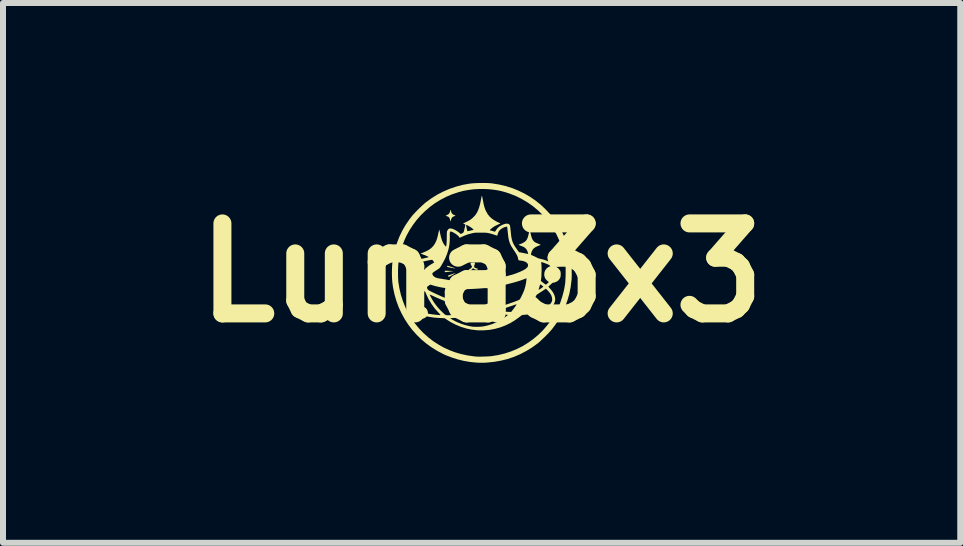
<source format=kicad_pcb>
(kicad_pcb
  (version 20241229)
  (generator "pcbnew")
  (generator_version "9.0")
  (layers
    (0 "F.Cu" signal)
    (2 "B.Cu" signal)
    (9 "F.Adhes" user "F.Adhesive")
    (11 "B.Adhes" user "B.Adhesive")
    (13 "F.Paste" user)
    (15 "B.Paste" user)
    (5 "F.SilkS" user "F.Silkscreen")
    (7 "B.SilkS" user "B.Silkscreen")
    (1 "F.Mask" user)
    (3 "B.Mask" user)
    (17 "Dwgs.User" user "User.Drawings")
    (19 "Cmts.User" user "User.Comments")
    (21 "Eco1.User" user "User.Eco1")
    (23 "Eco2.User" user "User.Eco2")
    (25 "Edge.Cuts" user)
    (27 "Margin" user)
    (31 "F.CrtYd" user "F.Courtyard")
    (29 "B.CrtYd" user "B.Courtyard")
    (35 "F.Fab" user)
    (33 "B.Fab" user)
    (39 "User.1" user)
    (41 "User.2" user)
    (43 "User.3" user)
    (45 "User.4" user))
  (footprint "Luna3x3"
    (layer "F.Cu")
    (at 4.979 1.496)
    (property "Reference" "Luna3x3" (at 0 0 0) (layer "F.SilkS") (effects (font (size 1.5 1.5) (thickness 0.3))))
    (attr board_only exclude_from_pos_files exclude_from_bom)
    (fp_poly (pts (xy 0.33 -0.109) (xy 0.331 -0.104) (xy 0.332 -0.097) (xy 0.333 -0.087) (xy 0.25 -0.086) (xy 0.168 -0.086) (xy 0.248 -0.098) (xy 0.273 -0.101) (xy 0.295 -0.105) (xy 0.313 -0.107) (xy 0.325 -0.108) (xy 0.33 -0.109)) (stroke (width 0) (type solid)) (fill yes) (layer "F.SilkS"))
    (fp_poly (pts (xy -0.575 -0.033) (xy -0.553 -0.032) (xy -0.536 -0.031) (xy -0.465 -0.028) (xy -0.533 -0.018) (xy -0.561 -0.014) (xy -0.582 -0.012) (xy -0.597 -0.01) (xy -0.606 -0.009) (xy -0.612 -0.01) (xy -0.615 -0.012) (xy -0.615 -0.015) (xy -0.615 -0.019) (xy -0.615 -0.019) (xy -0.614 -0.028) (xy -0.611 -0.032) (xy -0.606 -0.033) (xy -0.593 -0.033)) (stroke (width 0) (type solid)) (fill yes) (layer "F.SilkS"))
    (fp_poly (pts (xy -0.557 -0.113) (xy -0.541 -0.108) (xy -0.517 -0.101) (xy -0.507 -0.097) (xy -0.485 -0.09) (xy -0.466 -0.083) (xy -0.452 -0.078) (xy -0.443 -0.075) (xy -0.442 -0.074) (xy -0.443 -0.072) (xy -0.453 -0.073) (xy -0.47 -0.075) (xy -0.495 -0.08) (xy -0.518 -0.084) (xy -0.541 -0.089) (xy -0.558 -0.093) (xy -0.568 -0.096) (xy -0.574 -0.1) (xy -0.576 -0.103) (xy -0.576 -0.103) (xy -0.577 -0.11) (xy -0.574 -0.114) (xy -0.568 -0.115)) (stroke (width 0) (type solid)) (fill yes) (layer "F.SilkS"))
    (fp_poly (pts (xy -0.436 0.005) (xy -0.438 0.008) (xy -0.446 0.013) (xy -0.459 0.021) (xy -0.475 0.031) (xy -0.493 0.041) (xy -0.51 0.051) (xy -0.527 0.06) (xy -0.54 0.067) (xy -0.548 0.071) (xy -0.551 0.069) (xy -0.555 0.061) (xy -0.559 0.053) (xy -0.559 0.048) (xy -0.554 0.046) (xy -0.543 0.041) (xy -0.527 0.035) (xy -0.509 0.029) (xy -0.489 0.022) (xy -0.47 0.016) (xy -0.454 0.01) (xy -0.442 0.007) (xy -0.436 0.005)) (stroke (width 0) (type solid)) (fill yes) (layer "F.SilkS"))
    (fp_poly (pts (xy 0.183 -0.041) (xy 0.197 -0.04) (xy 0.215 -0.037) (xy 0.236 -0.034) (xy 0.255 -0.031) (xy 0.272 -0.028) (xy 0.284 -0.026) (xy 0.29 -0.026) (xy 0.29 -0.026) (xy 0.292 -0.022) (xy 0.293 -0.015) (xy 0.292 -0.006) (xy 0.29 -0.003) (xy 0.285 -0.004) (xy 0.273 -0.007) (xy 0.257 -0.012) (xy 0.237 -0.018) (xy 0.227 -0.021) (xy 0.207 -0.028) (xy 0.191 -0.035) (xy 0.18 -0.039) (xy 0.176 -0.042) (xy 0.176 -0.042)) (stroke (width 0) (type solid)) (fill yes) (layer "F.SilkS"))
    (fp_poly (pts (xy 0.28 -0.186) (xy 0.282 -0.179) (xy 0.283 -0.175) (xy 0.282 -0.172) (xy 0.279 -0.168) (xy 0.273 -0.165) (xy 0.262 -0.16) (xy 0.245 -0.154) (xy 0.222 -0.146) (xy 0.206 -0.14) (xy 0.182 -0.132) (xy 0.164 -0.127) (xy 0.154 -0.124) (xy 0.151 -0.124) (xy 0.153 -0.127) (xy 0.16 -0.132) (xy 0.17 -0.137) (xy 0.184 -0.145) (xy 0.201 -0.154) (xy 0.22 -0.163) (xy 0.238 -0.172) (xy 0.255 -0.18) (xy 0.268 -0.186) (xy 0.276 -0.19) (xy 0.278 -0.19)) (stroke (width 0) (type solid)) (fill yes) (layer "F.SilkS"))
    (fp_poly (pts (xy -0.295 -0.264) (xy -0.292 -0.256) (xy -0.294 -0.245) (xy -0.299 -0.231) (xy -0.307 -0.217) (xy -0.318 -0.203) (xy -0.33 -0.191) (xy -0.34 -0.184) (xy -0.358 -0.178) (xy -0.379 -0.176) (xy -0.399 -0.177) (xy -0.408 -0.18) (xy -0.434 -0.193) (xy -0.455 -0.213) (xy -0.465 -0.226) (xy -0.471 -0.236) (xy -0.474 -0.243) (xy -0.475 -0.244) (xy -0.47 -0.246) (xy -0.464 -0.25) (xy -0.458 -0.252) (xy -0.453 -0.25) (xy -0.447 -0.243) (xy -0.441 -0.236) (xy -0.424 -0.216) (xy -0.404 -0.204) (xy -0.384 -0.2) (xy -0.364 -0.202) (xy -0.345 -0.212) (xy -0.33 -0.228) (xy -0.319 -0.251) (xy -0.319 -0.251) (xy -0.314 -0.262) (xy -0.308 -0.267) (xy -0.303 -0.267)) (stroke (width 0) (type solid)) (fill yes) (layer "F.SilkS"))
    (fp_poly (pts (xy 0.148 -0.305) (xy 0.152 -0.303) (xy 0.152 -0.297) (xy 0.149 -0.286) (xy 0.147 -0.278) (xy 0.138 -0.258) (xy 0.124 -0.24) (xy 0.107 -0.227) (xy 0.096 -0.221) (xy 0.081 -0.218) (xy 0.061 -0.217) (xy 0.042 -0.218) (xy 0.028 -0.222) (xy 0.007 -0.235) (xy -0.011 -0.252) (xy -0.022 -0.266) (xy -0.027 -0.276) (xy -0.029 -0.281) (xy -0.026 -0.285) (xy -0.023 -0.287) (xy -0.016 -0.292) (xy -0.01 -0.291) (xy -0.004 -0.285) (xy -0.000046 -0.278) (xy 0.016 -0.259) (xy 0.036 -0.246) (xy 0.057 -0.24) (xy 0.08 -0.242) (xy 0.08 -0.242) (xy 0.097 -0.25) (xy 0.112 -0.264) (xy 0.122 -0.281) (xy 0.126 -0.292) (xy 0.129 -0.301) (xy 0.134 -0.305) (xy 0.141 -0.306)) (stroke (width 0) (type solid)) (fill yes) (layer "F.SilkS"))
    (fp_poly (pts (xy -0.515 -1.044) (xy -0.512 -1.035) (xy -0.509 -1.022) (xy -0.501 -0.998) (xy -0.489 -0.98) (xy -0.471 -0.967) (xy -0.456 -0.961) (xy -0.445 -0.956) (xy -0.437 -0.952) (xy -0.436 -0.95) (xy -0.442 -0.947) (xy -0.453 -0.943) (xy -0.462 -0.94) (xy -0.481 -0.931) (xy -0.495 -0.918) (xy -0.505 -0.899) (xy -0.511 -0.881) (xy -0.514 -0.868) (xy -0.517 -0.858) (xy -0.519 -0.855) (xy -0.521 -0.857) (xy -0.523 -0.866) (xy -0.526 -0.878) (xy -0.53 -0.894) (xy -0.536 -0.91) (xy -0.54 -0.917) (xy -0.545 -0.924) (xy -0.551 -0.929) (xy -0.56 -0.934) (xy -0.573 -0.94) (xy -0.592 -0.947) (xy -0.598 -0.949) (xy -0.598 -0.951) (xy -0.591 -0.956) (xy -0.579 -0.961) (xy -0.556 -0.973) (xy -0.541 -0.988) (xy -0.53 -1.008) (xy -0.526 -1.023) (xy -0.523 -1.036) (xy -0.52 -1.045) (xy -0.518 -1.048)) (stroke (width 0) (type solid)) (fill yes) (layer "F.SilkS"))
    (fp_poly (pts (xy -0.129 -0.171) (xy -0.118 -0.169) (xy -0.114 -0.166) (xy -0.111 -0.162) (xy -0.112 -0.155) (xy -0.115 -0.142) (xy -0.118 -0.134) (xy -0.123 -0.117) (xy -0.126 -0.104) (xy -0.125 -0.098) (xy -0.118 -0.087) (xy -0.104 -0.078) (xy -0.085 -0.073) (xy -0.083 -0.072) (xy -0.071 -0.07) (xy -0.066 -0.065) (xy -0.064 -0.061) (xy -0.067 -0.054) (xy -0.075 -0.05) (xy -0.087 -0.049) (xy -0.102 -0.051) (xy -0.116 -0.057) (xy -0.13 -0.065) (xy -0.131 -0.066) (xy -0.144 -0.077) (xy -0.153 -0.063) (xy -0.165 -0.052) (xy -0.181 -0.042) (xy -0.198 -0.035) (xy -0.207 -0.034) (xy -0.214 -0.035) (xy -0.216 -0.041) (xy -0.216 -0.045) (xy -0.212 -0.054) (xy -0.204 -0.059) (xy -0.201 -0.06) (xy -0.19 -0.065) (xy -0.179 -0.075) (xy -0.169 -0.085) (xy -0.162 -0.096) (xy -0.161 -0.1) (xy -0.164 -0.108) (xy -0.17 -0.118) (xy -0.172 -0.121) (xy -0.181 -0.136) (xy -0.185 -0.15) (xy -0.184 -0.161) (xy -0.181 -0.165) (xy -0.173 -0.168) (xy -0.16 -0.17) (xy -0.144 -0.171)) (stroke (width 0) (type solid)) (fill yes) (layer "F.SilkS"))
    (fp_poly (pts (xy 0.04 -1.496) (xy 0.088 -1.495) (xy 0.133 -1.493) (xy 0.171 -1.489) (xy 0.18 -1.488) (xy 0.295 -1.469) (xy 0.406 -1.443) (xy 0.513 -1.409) (xy 0.616 -1.367) (xy 0.716 -1.318) (xy 0.812 -1.262) (xy 0.903 -1.199) (xy 0.989 -1.129) (xy 1.059 -1.063) (xy 1.138 -0.979) (xy 1.209 -0.89) (xy 1.273 -0.798) (xy 1.329 -0.702) (xy 1.377 -0.602) (xy 1.418 -0.498) (xy 1.452 -0.391) (xy 1.477 -0.28) (xy 1.492 -0.191) (xy 1.495 -0.164) (xy 1.497 -0.13) (xy 1.499 -0.092) (xy 1.501 -0.051) (xy 1.501 -0.009) (xy 1.502 0.032) (xy 1.501 0.07) (xy 1.5 0.103) (xy 1.498 0.123) (xy 1.484 0.238) (xy 1.462 0.35) (xy 1.431 0.458) (xy 1.393 0.564) (xy 1.347 0.667) (xy 1.293 0.766) (xy 1.232 0.862) (xy 1.172 0.942) (xy 1.155 0.962) (xy 1.133 0.986) (xy 1.108 1.014) (xy 1.079 1.043) (xy 1.049 1.073) (xy 1.019 1.101) (xy 0.991 1.128) (xy 0.965 1.152) (xy 0.942 1.172) (xy 0.933 1.179) (xy 0.839 1.247) (xy 0.742 1.306) (xy 0.642 1.358) (xy 0.54 1.402) (xy 0.434 1.438) (xy 0.325 1.465) (xy 0.214 1.485) (xy 0.099 1.497) (xy 0.085 1.498) (xy 0.056 1.5) (xy 0.032 1.501) (xy 0.012 1.501) (xy -0.008 1.501) (xy -0.03 1.501) (xy -0.054 1.5) (xy -0.085 1.498) (xy -0.089 1.498) (xy -0.192 1.488) (xy -0.296 1.47) (xy -0.399 1.445) (xy -0.5 1.413) (xy -0.598 1.375) (xy -0.64 1.356) (xy -0.74 1.303) (xy -0.835 1.244) (xy -0.925 1.179) (xy -1.009 1.108) (xy -1.087 1.031) (xy -1.16 0.949) (xy -1.226 0.861) (xy -1.285 0.77) (xy -1.338 0.673) (xy -1.384 0.573) (xy -1.422 0.469) (xy -1.453 0.362) (xy -1.476 0.252) (xy -1.477 0.248) (xy -1.483 0.207) (xy -1.488 0.17) (xy -1.491 0.134) (xy -1.494 0.097) (xy -1.495 0.056) (xy -1.496 0.01) (xy -1.496 0.008) (xy -1.394 0.008) (xy -1.394 0.046) (xy -1.393 0.083) (xy -1.391 0.115) (xy -1.39 0.142) (xy -1.389 0.153) (xy -1.371 0.263) (xy -1.346 0.37) (xy -1.313 0.473) (xy -1.273 0.573) (xy -1.226 0.669) (xy -1.172 0.76) (xy -1.111 0.847) (xy -1.044 0.929) (xy -0.97 1.006) (xy -0.89 1.077) (xy -0.805 1.143) (xy -0.713 1.202) (xy -0.639 1.244) (xy -0.545 1.288) (xy -0.448 1.325) (xy -0.346 1.355) (xy -0.239 1.378) (xy -0.129 1.394) (xy -0.083 1.398) (xy -0.064 1.399) (xy -0.039 1.399) (xy -0.009 1.399) (xy 0.024 1.398) (xy 0.058 1.397) (xy 0.091 1.396) (xy 0.122 1.394) (xy 0.149 1.392) (xy 0.169 1.39) (xy 0.28 1.372) (xy 0.386 1.346) (xy 0.49 1.312) (xy 0.589 1.271) (xy 0.685 1.223) (xy 0.776 1.167) (xy 0.863 1.104) (xy 0.946 1.034) (xy 1.024 0.957) (xy 1.096 0.873) (xy 1.1 0.868) (xy 1.164 0.782) (xy 1.22 0.692) (xy 1.269 0.597) (xy 1.311 0.498) (xy 1.345 0.395) (xy 1.373 0.288) (xy 1.388 0.205) (xy 1.392 0.178) (xy 1.395 0.143) (xy 1.397 0.104) (xy 1.399 0.062) (xy 1.4 0.019) (xy 1.4 -0.024) (xy 1.4 -0.064) (xy 1.398 -0.1) (xy 1.396 -0.126) (xy 1.382 -0.234) (xy 1.36 -0.339) (xy 1.33 -0.441) (xy 1.293 -0.54) (xy 1.249 -0.635) (xy 1.198 -0.726) (xy 1.141 -0.813) (xy 1.077 -0.896) (xy 1.007 -0.973) (xy 0.932 -1.045) (xy 0.851 -1.112) (xy 0.765 -1.172) (xy 0.674 -1.226) (xy 0.579 -1.274) (xy 0.479 -1.314) (xy 0.406 -1.339) (xy 0.337 -1.358) (xy 0.27 -1.373) (xy 0.202 -1.383) (xy 0.132 -1.391) (xy 0.057 -1.395) (xy 0.04 -1.395) (xy -0.052 -1.395) (xy -0.139 -1.39) (xy -0.223 -1.379) (xy -0.305 -1.364) (xy -0.387 -1.342) (xy -0.472 -1.314) (xy -0.503 -1.303) (xy -0.598 -1.262) (xy -0.689 -1.214) (xy -0.778 -1.159) (xy -0.862 -1.097) (xy -0.941 -1.029) (xy -1.016 -0.956) (xy -1.085 -0.877) (xy -1.148 -0.793) (xy -1.205 -0.705) (xy -1.255 -0.613) (xy -1.284 -0.55) (xy -1.322 -0.45) (xy -1.352 -0.347) (xy -1.376 -0.241) (xy -1.388 -0.155) (xy -1.39 -0.132) (xy -1.392 -0.103) (xy -1.393 -0.068) (xy -1.394 -0.031) (xy -1.394 0.008) (xy -1.496 0.008) (xy -1.496 0) (xy -1.495 -0.058) (xy -1.493 -0.11) (xy -1.489 -0.158) (xy -1.483 -0.206) (xy -1.475 -0.255) (xy -1.468 -0.289) (xy -1.442 -0.398) (xy -1.41 -0.501) (xy -1.371 -0.601) (xy -1.325 -0.697) (xy -1.271 -0.791) (xy -1.209 -0.882) (xy -1.177 -0.925) (xy -1.159 -0.948) (xy -1.135 -0.975) (xy -1.107 -1.005) (xy -1.077 -1.037) (xy -1.045 -1.068) (xy -1.013 -1.099) (xy -0.982 -1.128) (xy -0.954 -1.153) (xy -0.93 -1.174) (xy -0.925 -1.177) (xy -0.831 -1.245) (xy -0.734 -1.305) (xy -0.633 -1.356) (xy -0.53 -1.4) (xy -0.423 -1.436) (xy -0.313 -1.465) (xy -0.201 -1.485) (xy -0.191 -1.486) (xy -0.153 -1.49) (xy -0.109 -1.493) (xy -0.061 -1.495) (xy -0.011 -1.496)) (stroke (width 0) (type solid)) (fill yes) (layer "F.SilkS"))
    (fp_poly (pts (xy 0.005 -1.283) (xy 0.007 -1.277) (xy 0.01 -1.263) (xy 0.014 -1.244) (xy 0.018 -1.222) (xy 0.023 -1.196) (xy 0.023 -1.196) (xy 0.031 -1.155) (xy 0.039 -1.121) (xy 0.047 -1.091) (xy 0.056 -1.066) (xy 0.065 -1.042) (xy 0.076 -1.02) (xy 0.101 -0.976) (xy 0.13 -0.939) (xy 0.165 -0.906) (xy 0.206 -0.877) (xy 0.253 -0.85) (xy 0.27 -0.842) (xy 0.287 -0.835) (xy 0.301 -0.828) (xy 0.31 -0.824) (xy 0.312 -0.822) (xy 0.31 -0.82) (xy 0.301 -0.815) (xy 0.287 -0.809) (xy 0.277 -0.804) (xy 0.256 -0.795) (xy 0.234 -0.784) (xy 0.215 -0.774) (xy 0.212 -0.772) (xy 0.198 -0.763) (xy 0.182 -0.752) (xy 0.167 -0.74) (xy 0.153 -0.728) (xy 0.142 -0.718) (xy 0.136 -0.711) (xy 0.136 -0.709) (xy 0.14 -0.706) (xy 0.149 -0.703) (xy 0.152 -0.703) (xy 0.164 -0.7) (xy 0.181 -0.695) (xy 0.195 -0.691) (xy 0.208 -0.687) (xy 0.219 -0.684) (xy 0.223 -0.683) (xy 0.225 -0.687) (xy 0.231 -0.696) (xy 0.238 -0.707) (xy 0.26 -0.738) (xy 0.289 -0.766) (xy 0.325 -0.789) (xy 0.367 -0.807) (xy 0.372 -0.809) (xy 0.403 -0.817) (xy 0.428 -0.818) (xy 0.449 -0.813) (xy 0.463 -0.802) (xy 0.469 -0.794) (xy 0.472 -0.784) (xy 0.475 -0.768) (xy 0.478 -0.746) (xy 0.481 -0.719) (xy 0.482 -0.712) (xy 0.486 -0.673) (xy 0.489 -0.641) (xy 0.492 -0.614) (xy 0.496 -0.591) (xy 0.5 -0.571) (xy 0.504 -0.551) (xy 0.506 -0.545) (xy 0.513 -0.522) (xy 0.521 -0.501) (xy 0.531 -0.479) (xy 0.544 -0.456) (xy 0.56 -0.43) (xy 0.58 -0.401) (xy 0.622 -0.342) (xy 0.673 -0.333) (xy 0.695 -0.328) (xy 0.717 -0.324) (xy 0.736 -0.32) (xy 0.748 -0.318) (xy 0.761 -0.315) (xy 0.771 -0.314) (xy 0.774 -0.315) (xy 0.775 -0.32) (xy 0.772 -0.332) (xy 0.767 -0.346) (xy 0.761 -0.362) (xy 0.754 -0.377) (xy 0.747 -0.388) (xy 0.732 -0.406) (xy 0.714 -0.421) (xy 0.691 -0.434) (xy 0.663 -0.445) (xy 0.642 -0.453) (xy 0.628 -0.459) (xy 0.62 -0.463) (xy 0.617 -0.466) (xy 0.62 -0.468) (xy 0.625 -0.471) (xy 0.626 -0.471) (xy 0.663 -0.485) (xy 0.694 -0.5) (xy 0.718 -0.515) (xy 0.737 -0.531) (xy 0.752 -0.552) (xy 0.764 -0.576) (xy 0.774 -0.606) (xy 0.783 -0.644) (xy 0.786 -0.657) (xy 0.791 -0.679) (xy 0.795 -0.697) (xy 0.798 -0.711) (xy 0.8 -0.719) (xy 0.8 -0.72) (xy 0.802 -0.716) (xy 0.804 -0.705) (xy 0.808 -0.688) (xy 0.813 -0.667) (xy 0.817 -0.65) (xy 0.826 -0.611) (xy 0.836 -0.58) (xy 0.847 -0.554) (xy 0.861 -0.534) (xy 0.877 -0.517) (xy 0.898 -0.503) (xy 0.924 -0.491) (xy 0.937 -0.486) (xy 0.954 -0.479) (xy 0.969 -0.473) (xy 0.979 -0.468) (xy 0.982 -0.467) (xy 0.981 -0.463) (xy 0.974 -0.459) (xy 0.973 -0.459) (xy 0.963 -0.455) (xy 0.949 -0.45) (xy 0.932 -0.443) (xy 0.932 -0.443) (xy 0.897 -0.426) (xy 0.869 -0.406) (xy 0.848 -0.381) (xy 0.833 -0.35) (xy 0.824 -0.319) (xy 0.822 -0.31) (xy 0.822 -0.303) (xy 0.826 -0.298) (xy 0.834 -0.293) (xy 0.848 -0.286) (xy 0.861 -0.281) (xy 0.881 -0.272) (xy 0.9 -0.262) (xy 0.917 -0.253) (xy 0.917 -0.253) (xy 0.94 -0.242) (xy 0.966 -0.234) (xy 0.968 -0.234) (xy 1.027 -0.22) (xy 1.081 -0.202) (xy 1.13 -0.18) (xy 1.173 -0.155) (xy 1.207 -0.127) (xy 1.222 -0.114) (xy 1.238 -0.102) (xy 1.251 -0.093) (xy 1.252 -0.092) (xy 1.278 -0.073) (xy 1.3 -0.046) (xy 1.308 -0.033) (xy 1.313 -0.022) (xy 1.316 -0.011) (xy 1.317 0.003) (xy 1.318 0.022) (xy 1.318 0.025) (xy 1.317 0.046) (xy 1.316 0.06) (xy 1.313 0.072) (xy 1.309 0.084) (xy 1.306 0.09) (xy 1.295 0.108) (xy 1.282 0.124) (xy 1.275 0.131) (xy 1.257 0.144) (xy 1.236 0.155) (xy 1.215 0.163) (xy 1.196 0.166) (xy 1.188 0.167) (xy 1.179 0.172) (xy 1.166 0.182) (xy 1.153 0.194) (xy 1.139 0.207) (xy 1.127 0.218) (xy 1.119 0.225) (xy 1.116 0.228) (xy 1.114 0.231) (xy 1.115 0.236) (xy 1.121 0.244) (xy 1.132 0.256) (xy 1.132 0.256) (xy 1.166 0.295) (xy 1.193 0.334) (xy 1.212 0.373) (xy 1.223 0.41) (xy 1.226 0.442) (xy 1.224 0.466) (xy 1.216 0.494) (xy 1.205 0.52) (xy 1.195 0.538) (xy 1.172 0.565) (xy 1.142 0.59) (xy 1.104 0.613) (xy 1.06 0.633) (xy 1.009 0.652) (xy 0.953 0.668) (xy 0.892 0.681) (xy 0.827 0.691) (xy 0.777 0.696) (xy 0.754 0.698) (xy 0.731 0.7) (xy 0.711 0.702) (xy 0.698 0.703) (xy 0.686 0.704) (xy 0.677 0.706) (xy 0.668 0.71) (xy 0.657 0.717) (xy 0.644 0.728) (xy 0.632 0.737) (xy 0.556 0.792) (xy 0.477 0.84) (xy 0.394 0.88) (xy 0.309 0.912) (xy 0.221 0.936) (xy 0.131 0.953) (xy 0.039 0.96) (xy -0.054 0.96) (xy -0.079 0.959) (xy -0.17 0.948) (xy -0.259 0.929) (xy -0.346 0.902) (xy -0.431 0.867) (xy -0.513 0.825) (xy -0.565 0.793) (xy -0.615 0.76) (xy -0.522 0.76) (xy -0.518 0.764) (xy -0.509 0.77) (xy -0.494 0.779) (xy -0.475 0.79) (xy -0.455 0.801) (xy -0.434 0.812) (xy -0.413 0.822) (xy -0.396 0.829) (xy -0.337 0.853) (xy -0.276 0.873) (xy -0.215 0.888) (xy -0.157 0.899) (xy -0.15 0.9) (xy -0.129 0.901) (xy -0.101 0.902) (xy -0.07 0.902) (xy -0.038 0.901) (xy -0.008 0.899) (xy 0.02 0.896) (xy 0.034 0.894) (xy 0.101 0.879) (xy 0.17 0.858) (xy 0.237 0.832) (xy 0.3 0.801) (xy 0.34 0.778) (xy 0.353 0.769) (xy 0.37 0.757) (xy 0.387 0.745) (xy 0.403 0.732) (xy 0.418 0.721) (xy 0.429 0.712) (xy 0.436 0.706) (xy 0.437 0.704) (xy 0.433 0.702) (xy 0.423 0.701) (xy 0.408 0.699) (xy 0.402 0.698) (xy 0.349 0.694) (xy 0.295 0.688) (xy 0.243 0.682) (xy 0.196 0.676) (xy 0.182 0.674) (xy 0.119 0.666) (xy 0.039 0.683) (xy -0.106 0.711) (xy -0.248 0.733) (xy -0.385 0.748) (xy -0.47 0.754) (xy -0.49 0.755) (xy -0.506 0.757) (xy -0.517 0.758) (xy -0.522 0.76) (xy -0.522 0.76) (xy -0.615 0.76) (xy -0.616 0.759) (xy -0.689 0.755) (xy -0.72 0.754) (xy -0.745 0.752) (xy -0.767 0.75) (xy -0.786 0.749) (xy -0.806 0.746) (xy -0.828 0.743) (xy -0.855 0.739) (xy -0.86 0.738) (xy -0.916 0.729) (xy -0.934 0.744) (xy -0.958 0.76) (xy -0.984 0.767) (xy -1.011 0.768) (xy -1.037 0.762) (xy -1.061 0.749) (xy -1.081 0.73) (xy -1.09 0.717) (xy -1.098 0.7) (xy -1.103 0.686) (xy -1.103 0.673) (xy -1.104 0.661) (xy -1.106 0.653) (xy -1.111 0.645) (xy -1.121 0.635) (xy -1.126 0.63) (xy -1.153 0.6) (xy -1.171 0.568) (xy -1.181 0.534) (xy -1.182 0.51) (xy -1.133 0.51) (xy -1.128 0.539) (xy -1.115 0.567) (xy -1.104 0.583) (xy -1.095 0.592) (xy -1.088 0.597) (xy -1.086 0.598) (xy -1.081 0.596) (xy -1.071 0.59) (xy -1.063 0.584) (xy -1.039 0.57) (xy -1.013 0.563) (xy -0.987 0.563) (xy -0.982 0.564) (xy -0.952 0.575) (xy -0.928 0.592) (xy -0.911 0.615) (xy -0.9 0.642) (xy -0.897 0.659) (xy -0.894 0.683) (xy -0.868 0.687) (xy -0.844 0.691) (xy -0.817 0.695) (xy -0.789 0.698) (xy -0.762 0.701) (xy -0.737 0.704) (xy -0.715 0.705) (xy -0.699 0.706) (xy -0.688 0.706) (xy -0.686 0.705) (xy -0.688 0.702) (xy -0.694 0.694) (xy -0.705 0.681) (xy -0.719 0.666) (xy -0.726 0.659) (xy -0.786 0.591) (xy -0.838 0.518) (xy -0.884 0.442) (xy -0.92 0.366) (xy -0.866 0.366) (xy -0.864 0.373) (xy -0.858 0.385) (xy -0.849 0.402) (xy -0.839 0.421) (xy -0.827 0.442) (xy -0.815 0.462) (xy -0.803 0.482) (xy -0.794 0.496) (xy -0.761 0.541) (xy -0.724 0.587) (xy -0.683 0.631) (xy -0.642 0.671) (xy -0.616 0.694) (xy -0.609 0.699) (xy -0.602 0.703) (xy -0.595 0.706) (xy -0.585 0.708) (xy -0.572 0.709) (xy -0.555 0.709) (xy -0.532 0.708) (xy -0.503 0.706) (xy -0.473 0.705) (xy -0.388 0.698) (xy -0.306 0.69) (xy -0.224 0.68) (xy -0.138 0.666) (xy -0.108 0.661) (xy -0.077 0.656) (xy -0.054 0.651) (xy -0.039 0.648) (xy -0.03 0.645) (xy -0.027 0.642) (xy -0.03 0.64) (xy -0.034 0.639) (xy -0.042 0.637) (xy -0.056 0.634) (xy -0.066 0.632) (xy 0.258 0.632) (xy 0.26 0.634) (xy 0.27 0.636) (xy 0.286 0.638) (xy 0.307 0.64) (xy 0.331 0.643) (xy 0.357 0.645) (xy 0.384 0.648) (xy 0.411 0.65) (xy 0.436 0.652) (xy 0.458 0.653) (xy 0.468 0.653) (xy 0.492 0.654) (xy 0.499 0.644) (xy 0.733 0.644) (xy 0.733 0.647) (xy 0.738 0.649) (xy 0.75 0.649) (xy 0.768 0.648) (xy 0.794 0.645) (xy 0.813 0.643) (xy 0.88 0.633) (xy 0.94 0.62) (xy 0.995 0.605) (xy 1.043 0.587) (xy 1.084 0.567) (xy 1.118 0.544) (xy 1.145 0.52) (xy 1.163 0.494) (xy 1.165 0.49) (xy 1.171 0.476) (xy 1.175 0.464) (xy 1.175 0.45) (xy 1.175 0.436) (xy 1.17 0.405) (xy 1.16 0.376) (xy 1.142 0.346) (xy 1.117 0.314) (xy 1.106 0.302) (xy 1.071 0.266) (xy 1.02 0.3) (xy 0.999 0.314) (xy 0.978 0.327) (xy 0.959 0.34) (xy 0.945 0.349) (xy 0.943 0.35) (xy 0.932 0.357) (xy 0.923 0.363) (xy 0.916 0.371) (xy 0.909 0.382) (xy 0.901 0.397) (xy 0.894 0.411) (xy 0.857 0.476) (xy 0.817 0.538) (xy 0.774 0.595) (xy 0.762 0.609) (xy 0.75 0.623) (xy 0.74 0.634) (xy 0.734 0.642) (xy 0.733 0.644) (xy 0.499 0.644) (xy 0.519 0.619) (xy 0.541 0.59) (xy 0.558 0.566) (xy 0.571 0.547) (xy 0.579 0.534) (xy 0.582 0.527) (xy 0.581 0.526) (xy 0.575 0.528) (xy 0.563 0.531) (xy 0.545 0.537) (xy 0.524 0.545) (xy 0.5 0.553) (xy 0.498 0.554) (xy 0.466 0.564) (xy 0.43 0.577) (xy 0.393 0.589) (xy 0.358 0.6) (xy 0.341 0.605) (xy 0.316 0.613) (xy 0.294 0.619) (xy 0.276 0.625) (xy 0.264 0.63) (xy 0.258 0.632) (xy 0.258 0.632) (xy -0.066 0.632) (xy -0.075 0.63) (xy -0.098 0.625) (xy -0.123 0.62) (xy -0.26 0.587) (xy -0.395 0.548) (xy -0.527 0.505) (xy -0.653 0.457) (xy -0.774 0.405) (xy -0.805 0.39) (xy -0.826 0.381) (xy -0.843 0.373) (xy -0.857 0.368) (xy -0.864 0.366) (xy -0.866 0.366) (xy -0.92 0.366) (xy -0.922 0.363) (xy -0.925 0.353) (xy -0.933 0.335) (xy -0.939 0.323) (xy -0.946 0.315) (xy -0.955 0.308) (xy -0.959 0.305) (xy -0.972 0.298) (xy -0.982 0.294) (xy -0.986 0.293) (xy -0.992 0.296) (xy -1.002 0.304) (xy -1.016 0.317) (xy -1.032 0.332) (xy -1.048 0.349) (xy -1.064 0.366) (xy -1.079 0.383) (xy -1.091 0.398) (xy -1.098 0.408) (xy -1.118 0.444) (xy -1.13 0.478) (xy -1.133 0.51) (xy -1.182 0.51) (xy -1.183 0.498) (xy -1.176 0.46) (xy -1.162 0.42) (xy -1.145 0.389) (xy -1.134 0.373) (xy -1.119 0.354) (xy -1.1 0.332) (xy -1.079 0.309) (xy -1.063 0.292) (xy -1.049 0.278) (xy -1.039 0.266) (xy -1.033 0.259) (xy -1.032 0.258) (xy -1.035 0.255) (xy -1.045 0.247) (xy -1.048 0.245) (xy -0.911 0.245) (xy -0.909 0.257) (xy -0.902 0.273) (xy -0.9 0.278) (xy -0.897 0.282) (xy -0.891 0.287) (xy -0.883 0.293) (xy -0.871 0.3) (xy -0.854 0.309) (xy -0.832 0.32) (xy -0.803 0.334) (xy -0.793 0.339) (xy -0.67 0.395) (xy -0.54 0.447) (xy -0.404 0.493) (xy -0.261 0.535) (xy -0.113 0.571) (xy -0.012 0.592) (xy 0.016 0.597) (xy 0.042 0.602) (xy 0.064 0.606) (xy 0.081 0.61) (xy 0.092 0.612) (xy 0.095 0.613) (xy 0.102 0.614) (xy 0.109 0.614) (xy 0.116 0.614) (xy 0.127 0.612) (xy 0.142 0.609) (xy 0.162 0.604) (xy 0.188 0.597) (xy 0.189 0.596) (xy 0.229 0.586) (xy 0.27 0.574) (xy 0.313 0.561) (xy 0.357 0.548) (xy 0.401 0.534) (xy 0.443 0.52) (xy 0.483 0.506) (xy 0.521 0.493) (xy 0.554 0.481) (xy 0.583 0.47) (xy 0.607 0.46) (xy 0.624 0.452) (xy 0.634 0.446) (xy 0.634 0.446) (xy 0.639 0.439) (xy 0.647 0.426) (xy 0.656 0.408) (xy 0.667 0.386) (xy 0.678 0.363) (xy 0.689 0.339) (xy 0.699 0.316) (xy 0.708 0.295) (xy 0.712 0.283) (xy 0.95 0.283) (xy 0.952 0.284) (xy 0.957 0.282) (xy 0.968 0.276) (xy 0.982 0.267) (xy 0.992 0.26) (xy 1.007 0.25) (xy 1.018 0.241) (xy 1.026 0.235) (xy 1.027 0.233) (xy 1.024 0.229) (xy 1.016 0.221) (xy 1.005 0.213) (xy 0.993 0.204) (xy 0.984 0.198) (xy 0.977 0.195) (xy 0.977 0.195) (xy 0.974 0.199) (xy 0.97 0.209) (xy 0.967 0.218) (xy 0.963 0.236) (xy 0.957 0.255) (xy 0.954 0.262) (xy 0.95 0.276) (xy 0.95 0.283) (xy 0.712 0.283) (xy 0.712 0.282) (xy 0.719 0.26) (xy 0.726 0.234) (xy 0.732 0.209) (xy 0.734 0.201) (xy 0.738 0.18) (xy 0.741 0.159) (xy 0.744 0.138) (xy 0.745 0.128) (xy 0.988 0.128) (xy 0.988 0.136) (xy 0.99 0.14) (xy 0.993 0.143) (xy 1.004 0.151) (xy 1.018 0.162) (xy 1.033 0.173) (xy 1.047 0.184) (xy 1.06 0.192) (xy 1.068 0.198) (xy 1.071 0.199) (xy 1.075 0.197) (xy 1.084 0.189) (xy 1.096 0.179) (xy 1.098 0.177) (xy 1.121 0.155) (xy 1.111 0.149) (xy 1.084 0.126) (xy 1.063 0.1) (xy 1.049 0.07) (xy 1.043 0.038) (xy 1.043 0.031) (xy 1.046 -0.004) (xy 1.057 -0.035) (xy 1.075 -0.062) (xy 1.075 -0.063) (xy 1.094 -0.081) (xy 1.114 -0.095) (xy 1.133 -0.104) (xy 1.135 -0.104) (xy 1.143 -0.107) (xy 1.144 -0.112) (xy 1.138 -0.118) (xy 1.125 -0.127) (xy 1.117 -0.132) (xy 1.105 -0.138) (xy 1.088 -0.146) (xy 1.069 -0.153) (xy 1.048 -0.161) (xy 1.029 -0.168) (xy 1.012 -0.173) (xy 1 -0.176) (xy 0.993 -0.176) (xy 0.993 -0.176) (xy 0.992 -0.171) (xy 0.993 -0.161) (xy 0.994 -0.156) (xy 0.996 -0.144) (xy 0.997 -0.125) (xy 0.998 -0.101) (xy 0.999 -0.073) (xy 0.999 -0.043) (xy 0.998 -0.011) (xy 0.997 0.019) (xy 0.996 0.048) (xy 0.995 0.073) (xy 0.993 0.092) (xy 0.992 0.097) (xy 0.989 0.116) (xy 0.988 0.128) (xy 0.745 0.128) (xy 0.746 0.12) (xy 0.747 0.105) (xy 0.747 0.096) (xy 0.746 0.093) (xy 0.742 0.095) (xy 0.731 0.099) (xy 0.715 0.105) (xy 0.695 0.112) (xy 0.689 0.115) (xy 0.641 0.132) (xy 0.586 0.149) (xy 0.527 0.166) (xy 0.465 0.182) (xy 0.429 0.191) (xy 0.403 0.198) (xy 0.383 0.203) (xy 0.369 0.207) (xy 0.36 0.211) (xy 0.355 0.215) (xy 0.352 0.217) (xy 0.333 0.242) (xy 0.311 0.26) (xy 0.29 0.271) (xy 0.259 0.279) (xy 0.23 0.279) (xy 0.202 0.27) (xy 0.18 0.256) (xy 0.16 0.241) (xy 0.107 0.248) (xy 0.043 0.255) (xy -0.02 0.261) (xy -0.085 0.266) (xy -0.155 0.27) (xy -0.195 0.272) (xy -0.31 0.276) (xy -0.326 0.293) (xy -0.348 0.312) (xy -0.374 0.325) (xy -0.402 0.333) (xy -0.431 0.334) (xy -0.459 0.33) (xy -0.486 0.321) (xy -0.509 0.306) (xy -0.527 0.286) (xy -0.529 0.282) (xy -0.536 0.271) (xy -0.543 0.265) (xy -0.553 0.262) (xy -0.561 0.261) (xy -0.613 0.254) (xy -0.658 0.248) (xy -0.698 0.24) (xy -0.735 0.232) (xy -0.771 0.223) (xy -0.804 0.214) (xy -0.856 0.198) (xy -0.884 0.217) (xy -0.899 0.227) (xy -0.908 0.236) (xy -0.911 0.245) (xy -1.048 0.245) (xy -1.058 0.237) (xy -1.073 0.225) (xy -1.075 0.223) (xy -1.12 0.184) (xy -1.157 0.145) (xy -1.187 0.106) (xy -1.208 0.067) (xy -1.222 0.029) (xy -1.228 -0.009) (xy -1.227 -0.025) (xy -1.179 -0.025) (xy -1.177 0.003) (xy -1.168 0.034) (xy -1.158 0.055) (xy -1.15 0.071) (xy -1.141 0.085) (xy -1.13 0.099) (xy -1.115 0.115) (xy -1.096 0.135) (xy -1.096 0.136) (xy -1.075 0.156) (xy -1.054 0.175) (xy -1.034 0.192) (xy -1.016 0.207) (xy -1.002 0.217) (xy -0.991 0.224) (xy -0.987 0.225) (xy -0.98 0.222) (xy -0.977 0.219) (xy -0.974 0.213) (xy -0.975 0.203) (xy -0.977 0.187) (xy -0.978 0.182) (xy -0.984 0.155) (xy -0.989 0.125) (xy -0.993 0.096) (xy -0.996 0.07) (xy -0.997 0.049) (xy -0.997 0.042) (xy -0.993 0.016) (xy -0.823 0.016) (xy -0.821 0.025) (xy -0.82 0.029) (xy -0.809 0.049) (xy -0.792 0.066) (xy -0.767 0.08) (xy -0.735 0.091) (xy -0.7 0.097) (xy -0.686 0.099) (xy -0.665 0.102) (xy -0.639 0.107) (xy -0.611 0.111) (xy -0.583 0.116) (xy -0.556 0.121) (xy -0.532 0.125) (xy -0.514 0.128) (xy -0.506 0.13) (xy -0.502 0.131) (xy -0.499 0.134) (xy -0.498 0.139) (xy -0.497 0.149) (xy -0.497 0.164) (xy -0.497 0.184) (xy -0.496 0.212) (xy -0.494 0.233) (xy -0.49 0.248) (xy -0.483 0.26) (xy -0.474 0.269) (xy -0.465 0.275) (xy -0.443 0.282) (xy -0.419 0.284) (xy -0.395 0.28) (xy -0.384 0.276) (xy -0.366 0.263) (xy -0.354 0.247) (xy -0.347 0.225) (xy -0.345 0.197) (xy -0.348 0.17) (xy -0.35 0.153) (xy -0.351 0.141) (xy -0.351 0.134) (xy -0.351 0.133) (xy -0.347 0.133) (xy -0.335 0.132) (xy -0.316 0.13) (xy -0.292 0.128) (xy -0.263 0.126) (xy -0.23 0.124) (xy -0.194 0.121) (xy -0.155 0.118) (xy -0.116 0.115) (xy -0.076 0.113) (xy -0.036 0.11) (xy 0.002 0.107) (xy 0.037 0.105) (xy 0.069 0.103) (xy 0.097 0.101) (xy 0.12 0.099) (xy 0.138 0.098) (xy 0.148 0.098) (xy 0.15 0.098) (xy 0.155 0.098) (xy 0.159 0.102) (xy 0.162 0.111) (xy 0.165 0.125) (xy 0.173 0.155) (xy 0.185 0.182) (xy 0.199 0.204) (xy 0.21 0.216) (xy 0.22 0.224) (xy 0.228 0.228) (xy 0.238 0.229) (xy 0.252 0.228) (xy 0.267 0.227) (xy 0.277 0.223) (xy 0.286 0.217) (xy 0.293 0.209) (xy 0.309 0.186) (xy 0.319 0.157) (xy 0.321 0.124) (xy 0.318 0.086) (xy 0.317 0.083) (xy 0.321 0.081) (xy 0.331 0.077) (xy 0.347 0.073) (xy 0.354 0.071) (xy 0.406 0.06) (xy 0.457 0.047) (xy 0.508 0.033) (xy 0.557 0.017) (xy 0.603 -0.000464) (xy 0.646 -0.018) (xy 0.684 -0.036) (xy 0.716 -0.053) (xy 0.741 -0.07) (xy 0.75 -0.078) (xy 0.766 -0.096) (xy 0.773 -0.115) (xy 0.773 -0.133) (xy 0.766 -0.151) (xy 0.752 -0.167) (xy 0.732 -0.18) (xy 0.706 -0.191) (xy 0.674 -0.199) (xy 0.665 -0.2) (xy 0.643 -0.203) (xy 0.629 -0.205) (xy 0.619 -0.208) (xy 0.613 -0.212) (xy 0.61 -0.218) (xy 0.609 -0.227) (xy 0.607 -0.236) (xy 0.602 -0.258) (xy 0.595 -0.279) (xy 0.583 -0.302) (xy 0.568 -0.328) (xy 0.548 -0.359) (xy 0.541 -0.369) (xy 0.518 -0.404) (xy 0.498 -0.435) (xy 0.482 -0.464) (xy 0.47 -0.492) (xy 0.46 -0.522) (xy 0.452 -0.554) (xy 0.445 -0.591) (xy 0.44 -0.632) (xy 0.435 -0.677) (xy 0.432 -0.707) (xy 0.43 -0.73) (xy 0.428 -0.746) (xy 0.426 -0.757) (xy 0.424 -0.764) (xy 0.42 -0.767) (xy 0.416 -0.768) (xy 0.41 -0.767) (xy 0.406 -0.766) (xy 0.38 -0.759) (xy 0.352 -0.746) (xy 0.325 -0.73) (xy 0.303 -0.71) (xy 0.288 -0.693) (xy 0.28 -0.679) (xy 0.273 -0.66) (xy 0.268 -0.645) (xy 0.264 -0.629) (xy 0.26 -0.62) (xy 0.257 -0.618) (xy 0.255 -0.618) (xy 0.236 -0.625) (xy 0.211 -0.633) (xy 0.184 -0.642) (xy 0.157 -0.65) (xy 0.132 -0.656) (xy 0.121 -0.659) (xy 0.106 -0.662) (xy 0.091 -0.664) (xy 0.075 -0.666) (xy 0.056 -0.667) (xy 0.034 -0.668) (xy 0.005 -0.668) (xy -0.017 -0.668) (xy -0.05 -0.668) (xy -0.075 -0.668) (xy -0.096 -0.667) (xy -0.113 -0.666) (xy -0.128 -0.664) (xy -0.143 -0.661) (xy -0.157 -0.658) (xy -0.225 -0.641) (xy -0.289 -0.617) (xy -0.323 -0.602) (xy -0.342 -0.593) (xy -0.355 -0.587) (xy -0.363 -0.585) (xy -0.368 -0.585) (xy -0.371 -0.587) (xy -0.371 -0.588) (xy -0.386 -0.608) (xy -0.408 -0.629) (xy -0.435 -0.649) (xy -0.465 -0.667) (xy -0.481 -0.675) (xy -0.497 -0.682) (xy -0.51 -0.687) (xy -0.519 -0.687) (xy -0.525 -0.683) (xy -0.529 -0.673) (xy -0.531 -0.657) (xy -0.532 -0.635) (xy -0.531 -0.604) (xy -0.531 -0.599) (xy -0.532 -0.535) (xy -0.537 -0.474) (xy -0.547 -0.416) (xy -0.562 -0.358) (xy -0.582 -0.3) (xy -0.607 -0.24) (xy -0.639 -0.178) (xy -0.667 -0.129) (xy -0.68 -0.107) (xy -0.691 -0.091) (xy -0.702 -0.078) (xy -0.715 -0.067) (xy -0.732 -0.055) (xy -0.755 -0.041) (xy -0.755 -0.04) (xy -0.774 -0.029) (xy -0.791 -0.017) (xy -0.805 -0.007) (xy -0.812 -0.00043) (xy -0.82 0.008) (xy -0.823 0.016) (xy -0.993 0.016) (xy -0.993 0.014) (xy -0.981 -0.015) (xy -0.961 -0.044) (xy -0.933 -0.074) (xy -0.898 -0.103) (xy -0.856 -0.132) (xy -0.818 -0.154) (xy -0.803 -0.163) (xy -0.795 -0.169) (xy -0.793 -0.176) (xy -0.798 -0.184) (xy -0.808 -0.197) (xy -0.811 -0.2) (xy -0.825 -0.216) (xy -0.874 -0.208) (xy -0.939 -0.195) (xy -0.997 -0.178) (xy -1.048 -0.159) (xy -1.09 -0.137) (xy -1.126 -0.112) (xy -1.14 -0.099) (xy -1.161 -0.075) (xy -1.174 -0.05) (xy -1.179 -0.025) (xy -1.227 -0.025) (xy -1.225 -0.045) (xy -1.215 -0.08) (xy -1.211 -0.088) (xy -1.192 -0.118) (xy -1.165 -0.146) (xy -1.131 -0.172) (xy -1.089 -0.195) (xy -1.04 -0.216) (xy -0.985 -0.234) (xy -0.925 -0.249) (xy -0.908 -0.252) (xy -0.895 -0.256) (xy -0.887 -0.259) (xy -0.885 -0.259) (xy -0.886 -0.263) (xy -0.895 -0.269) (xy -0.912 -0.277) (xy -0.936 -0.288) (xy -0.969 -0.3) (xy -0.999 -0.312) (xy -1.019 -0.319) (xy -0.968 -0.339) (xy -0.922 -0.359) (xy -0.883 -0.38) (xy -0.85 -0.403) (xy -0.822 -0.428) (xy -0.798 -0.457) (xy -0.779 -0.486) (xy -0.766 -0.511) (xy -0.754 -0.538) (xy -0.743 -0.57) (xy -0.733 -0.607) (xy -0.724 -0.647) (xy -0.719 -0.671) (xy -0.714 -0.691) (xy -0.711 -0.707) (xy -0.708 -0.717) (xy -0.707 -0.72) (xy -0.706 -0.717) (xy -0.703 -0.706) (xy -0.7 -0.69) (xy -0.695 -0.67) (xy -0.692 -0.655) (xy -0.681 -0.606) (xy -0.669 -0.564) (xy -0.657 -0.529) (xy -0.645 -0.502) (xy -0.642 -0.497) (xy -0.633 -0.481) (xy -0.622 -0.466) (xy -0.612 -0.452) (xy -0.603 -0.442) (xy -0.596 -0.436) (xy -0.594 -0.436) (xy -0.591 -0.443) (xy -0.588 -0.458) (xy -0.586 -0.479) (xy -0.584 -0.505) (xy -0.582 -0.536) (xy -0.582 -0.569) (xy -0.581 -0.596) (xy -0.581 -0.625) (xy -0.581 -0.647) (xy -0.58 -0.664) (xy -0.579 -0.676) (xy -0.578 -0.685) (xy -0.576 -0.693) (xy -0.572 -0.7) (xy -0.571 -0.703) (xy -0.559 -0.722) (xy -0.544 -0.734) (xy -0.525 -0.738) (xy -0.502 -0.736) (xy -0.481 -0.73) (xy -0.458 -0.72) (xy -0.433 -0.707) (xy -0.407 -0.691) (xy -0.383 -0.674) (xy -0.369 -0.663) (xy -0.348 -0.645) (xy -0.327 -0.656) (xy -0.314 -0.663) (xy -0.305 -0.671) (xy -0.301 -0.675) (xy -0.299 -0.682) (xy -0.295 -0.695) (xy -0.29 -0.713) (xy -0.286 -0.733) (xy -0.281 -0.753) (xy -0.277 -0.772) (xy -0.273 -0.788) (xy -0.273 -0.791) (xy -0.258 -0.791) (xy -0.257 -0.78) (xy -0.255 -0.765) (xy -0.252 -0.747) (xy -0.248 -0.73) (xy -0.245 -0.715) (xy -0.242 -0.704) (xy -0.241 -0.701) (xy -0.237 -0.694) (xy -0.235 -0.692) (xy -0.229 -0.693) (xy -0.218 -0.695) (xy -0.201 -0.699) (xy -0.185 -0.702) (xy -0.166 -0.707) (xy -0.151 -0.71) (xy -0.14 -0.713) (xy -0.137 -0.715) (xy -0.137 -0.72) (xy -0.145 -0.728) (xy -0.158 -0.739) (xy -0.175 -0.753) (xy -0.189 -0.762) (xy -0.21 -0.775) (xy -0.228 -0.785) (xy -0.243 -0.793) (xy -0.254 -0.796) (xy -0.258 -0.796) (xy -0.258 -0.791) (xy -0.273 -0.791) (xy -0.272 -0.798) (xy -0.272 -0.8) (xy -0.275 -0.804) (xy -0.285 -0.81) (xy -0.291 -0.813) (xy -0.311 -0.82) (xy -0.26 -0.845) (xy -0.229 -0.86) (xy -0.205 -0.873) (xy -0.184 -0.886) (xy -0.165 -0.901) (xy -0.146 -0.917) (xy -0.143 -0.921) (xy -0.116 -0.948) (xy -0.093 -0.978) (xy -0.073 -1.012) (xy -0.056 -1.049) (xy -0.041 -1.092) (xy -0.027 -1.142) (xy -0.015 -1.198) (xy -0.012 -1.213) (xy -0.007 -1.242) (xy -0.002 -1.263) (xy 0.001 -1.277) (xy 0.004 -1.283)) (stroke (width 0) (type solid)) (fill yes) (layer "F.SilkS")))
  (gr_rect
    (start -3 -3)
    (end 12.957 5.998)
    (stroke (width 0.1) (type default))
    (fill no)
    (layer "Edge.Cuts")))
</source>
